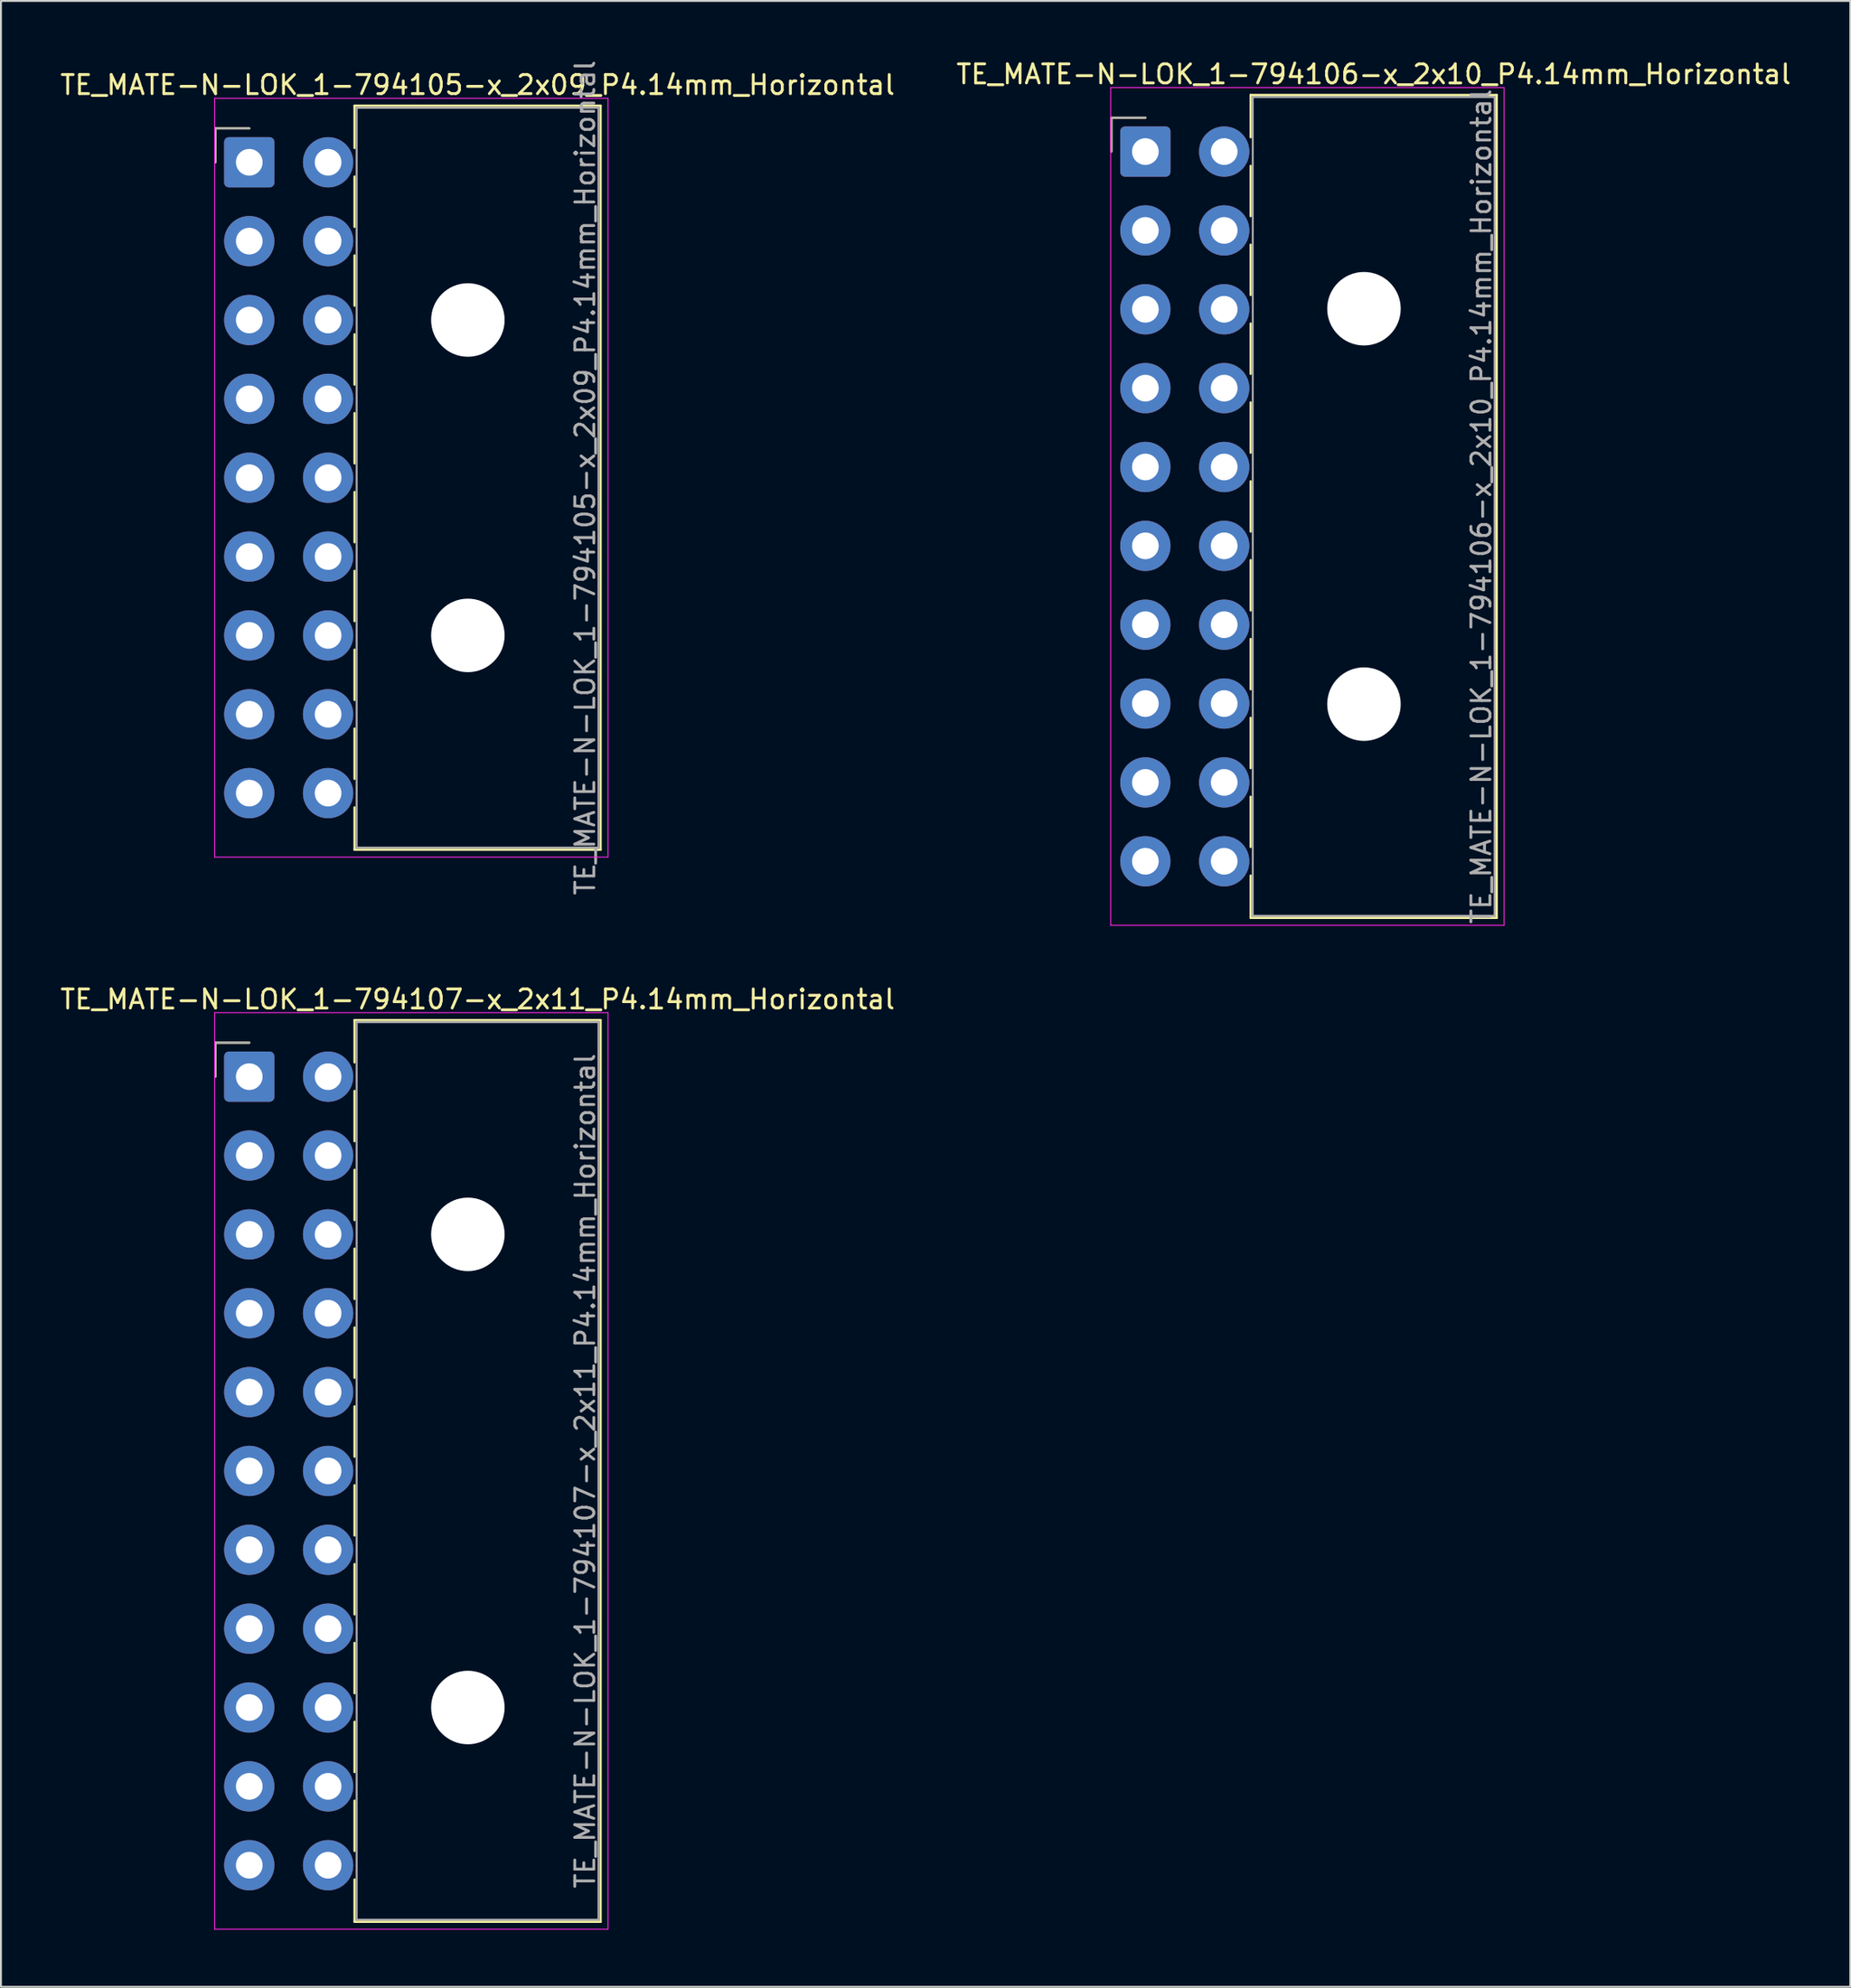
<source format=kicad_pcb>
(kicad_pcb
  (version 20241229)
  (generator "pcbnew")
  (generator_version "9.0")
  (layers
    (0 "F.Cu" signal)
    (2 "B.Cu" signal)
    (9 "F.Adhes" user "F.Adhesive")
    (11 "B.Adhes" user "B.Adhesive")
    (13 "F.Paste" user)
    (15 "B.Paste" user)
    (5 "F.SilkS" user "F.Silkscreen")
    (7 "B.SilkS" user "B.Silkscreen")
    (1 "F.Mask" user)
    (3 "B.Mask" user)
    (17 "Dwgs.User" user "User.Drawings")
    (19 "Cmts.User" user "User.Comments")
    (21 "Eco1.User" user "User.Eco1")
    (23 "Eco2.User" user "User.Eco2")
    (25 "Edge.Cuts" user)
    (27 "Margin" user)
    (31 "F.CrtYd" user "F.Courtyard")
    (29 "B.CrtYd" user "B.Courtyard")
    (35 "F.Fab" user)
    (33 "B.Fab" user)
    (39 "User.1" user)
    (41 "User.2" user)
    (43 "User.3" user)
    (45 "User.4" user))
  (footprint "TE_MATE-N-LOK_1-794107-x_2x11_P4.14mm_Horizontal"
    (layer "F.Cu")
    (at 10.04 53.476)
    (property "Reference" "TE_MATE-N-LOK_1-794107-x_2x11_P4.14mm_Horizontal" (at 11.99 -4.06 0) (layer "F.SilkS") (effects (font (size 1 1) (thickness 0.15))))
    (attr through_hole)
    (fp_line (start -1.78 -1.78) (end -1.78 0) (stroke (width 0.12) (type solid)) (layer "F.SilkS"))
    (fp_line (start 0 -1.78) (end -1.78 -1.78) (stroke (width 0.12) (type solid)) (layer "F.SilkS"))
    (fp_line (start 5.53 -2.97) (end 18.45 -2.97) (stroke (width 0.12) (type solid)) (layer "F.SilkS"))
    (fp_line (start 5.53 -0.751) (end 5.53 -2.97) (stroke (width 0.12) (type solid)) (layer "F.SilkS"))
    (fp_line (start 5.53 0.751) (end 5.53 3.389) (stroke (width 0.12) (type solid)) (layer "F.SilkS"))
    (fp_line (start 5.53 4.891) (end 5.53 7.529) (stroke (width 0.12) (type solid)) (layer "F.SilkS"))
    (fp_line (start 5.53 9.031) (end 5.53 11.669) (stroke (width 0.12) (type solid)) (layer "F.SilkS"))
    (fp_line (start 5.53 13.171) (end 5.53 15.809) (stroke (width 0.12) (type solid)) (layer "F.SilkS"))
    (fp_line (start 5.53 17.311) (end 5.53 19.949) (stroke (width 0.12) (type solid)) (layer "F.SilkS"))
    (fp_line (start 5.53 21.451) (end 5.53 24.089) (stroke (width 0.12) (type solid)) (layer "F.SilkS"))
    (fp_line (start 5.53 25.591) (end 5.53 28.229) (stroke (width 0.12) (type solid)) (layer "F.SilkS"))
    (fp_line (start 5.53 29.731) (end 5.53 32.369) (stroke (width 0.12) (type solid)) (layer "F.SilkS"))
    (fp_line (start 5.53 33.871) (end 5.53 36.509) (stroke (width 0.12) (type solid)) (layer "F.SilkS"))
    (fp_line (start 5.53 38.011) (end 5.53 40.649) (stroke (width 0.12) (type solid)) (layer "F.SilkS"))
    (fp_line (start 5.53 44.37) (end 5.53 42.151) (stroke (width 0.12) (type solid)) (layer "F.SilkS"))
    (fp_line (start 18.45 -2.97) (end 18.45 44.37) (stroke (width 0.12) (type solid)) (layer "F.SilkS"))
    (fp_line (start 18.45 44.37) (end 5.53 44.37) (stroke (width 0.12) (type solid)) (layer "F.SilkS"))
    (fp_line (start -1.82 -3.36) (end -1.82 44.76) (stroke (width 0.05) (type solid)) (layer "F.CrtYd"))
    (fp_line (start -1.82 44.76) (end 18.84 44.76) (stroke (width 0.05) (type solid)) (layer "F.CrtYd"))
    (fp_line (start 18.84 -3.36) (end -1.82 -3.36) (stroke (width 0.05) (type solid)) (layer "F.CrtYd"))
    (fp_line (start 18.84 44.76) (end 18.84 -3.36) (stroke (width 0.05) (type solid)) (layer "F.CrtYd"))
    (fp_line (start -1.78 -1.78) (end -1.78 0) (stroke (width 0.1) (type solid)) (layer "F.Fab"))
    (fp_line (start 0 -1.78) (end -1.78 -1.78) (stroke (width 0.1) (type solid)) (layer "F.Fab"))
    (fp_line (start 5.64 -2.86) (end 5.64 44.26) (stroke (width 0.1) (type solid)) (layer "F.Fab"))
    (fp_line (start 5.64 44.26) (end 18.34 44.26) (stroke (width 0.1) (type solid)) (layer "F.Fab"))
    (fp_line (start 18.34 -2.86) (end 5.64 -2.86) (stroke (width 0.1) (type solid)) (layer "F.Fab"))
    (fp_line (start 18.34 44.26) (end 18.34 -2.86) (stroke (width 0.1) (type solid)) (layer "F.Fab"))
    (fp_text user "${REFERENCE}" (at 17.64 20.7 90) (layer "F.Fab") (effects (font (size 1 1) (thickness 0.15))))
    (pad "" np_thru_hole circle (at 11.48 8.28) (size 3.86 3.86) (drill 3.86) (layers "*.Cu" "*.Mask"))
    (pad "" np_thru_hole circle (at 11.48 33.12) (size 3.86 3.86) (drill 3.86) (layers "*.Cu" "*.Mask"))
    (pad "1" thru_hole roundrect (at 0 0) (size 2.64 2.64) (drill 1.4) (layers "*.Cu" "*.Mask") (roundrect_rratio 0.095))
    (pad "2" thru_hole circle (at 0 4.14) (size 2.64 2.64) (drill 1.4) (layers "*.Cu" "*.Mask"))
    (pad "3" thru_hole circle (at 0 8.28) (size 2.64 2.64) (drill 1.4) (layers "*.Cu" "*.Mask"))
    (pad "4" thru_hole circle (at 0 12.42) (size 2.64 2.64) (drill 1.4) (layers "*.Cu" "*.Mask"))
    (pad "5" thru_hole circle (at 0 16.56) (size 2.64 2.64) (drill 1.4) (layers "*.Cu" "*.Mask"))
    (pad "6" thru_hole circle (at 0 20.7) (size 2.64 2.64) (drill 1.4) (layers "*.Cu" "*.Mask"))
    (pad "7" thru_hole circle (at 0 24.84) (size 2.64 2.64) (drill 1.4) (layers "*.Cu" "*.Mask"))
    (pad "8" thru_hole circle (at 0 28.98) (size 2.64 2.64) (drill 1.4) (layers "*.Cu" "*.Mask"))
    (pad "9" thru_hole circle (at 0 33.12) (size 2.64 2.64) (drill 1.4) (layers "*.Cu" "*.Mask"))
    (pad "10" thru_hole circle (at 0 37.26) (size 2.64 2.64) (drill 1.4) (layers "*.Cu" "*.Mask"))
    (pad "11" thru_hole circle (at 0 41.4) (size 2.64 2.64) (drill 1.4) (layers "*.Cu" "*.Mask"))
    (pad "12" thru_hole circle (at 4.14 0) (size 2.64 2.64) (drill 1.4) (layers "*.Cu" "*.Mask"))
    (pad "13" thru_hole circle (at 4.14 4.14) (size 2.64 2.64) (drill 1.4) (layers "*.Cu" "*.Mask"))
    (pad "14" thru_hole circle (at 4.14 8.28) (size 2.64 2.64) (drill 1.4) (layers "*.Cu" "*.Mask"))
    (pad "15" thru_hole circle (at 4.14 12.42) (size 2.64 2.64) (drill 1.4) (layers "*.Cu" "*.Mask"))
    (pad "16" thru_hole circle (at 4.14 16.56) (size 2.64 2.64) (drill 1.4) (layers "*.Cu" "*.Mask"))
    (pad "17" thru_hole circle (at 4.14 20.7) (size 2.64 2.64) (drill 1.4) (layers "*.Cu" "*.Mask"))
    (pad "18" thru_hole circle (at 4.14 24.84) (size 2.64 2.64) (drill 1.4) (layers "*.Cu" "*.Mask"))
    (pad "19" thru_hole circle (at 4.14 28.98) (size 2.64 2.64) (drill 1.4) (layers "*.Cu" "*.Mask"))
    (pad "20" thru_hole circle (at 4.14 33.12) (size 2.64 2.64) (drill 1.4) (layers "*.Cu" "*.Mask"))
    (pad "21" thru_hole circle (at 4.14 37.26) (size 2.64 2.64) (drill 1.4) (layers "*.Cu" "*.Mask"))
    (pad "22" thru_hole circle (at 4.14 41.4) (size 2.64 2.64) (drill 1.4) (layers "*.Cu" "*.Mask")))
  (footprint "TE_MATE-N-LOK_1-794105-x_2x09_P4.14mm_Horizontal"
    (layer "F.Cu")
    (at 10.04 5.47)
    (property "Reference" "TE_MATE-N-LOK_1-794105-x_2x09_P4.14mm_Horizontal" (at 11.99 -4.06 0) (layer "F.SilkS") (effects (font (size 1 1) (thickness 0.15))))
    (attr through_hole)
    (fp_line (start -1.78 -1.78) (end -1.78 0) (stroke (width 0.12) (type solid)) (layer "F.SilkS"))
    (fp_line (start 0 -1.78) (end -1.78 -1.78) (stroke (width 0.12) (type solid)) (layer "F.SilkS"))
    (fp_line (start 5.53 -2.97) (end 18.45 -2.97) (stroke (width 0.12) (type solid)) (layer "F.SilkS"))
    (fp_line (start 5.53 -0.751) (end 5.53 -2.97) (stroke (width 0.12) (type solid)) (layer "F.SilkS"))
    (fp_line (start 5.53 0.751) (end 5.53 3.389) (stroke (width 0.12) (type solid)) (layer "F.SilkS"))
    (fp_line (start 5.53 4.891) (end 5.53 7.529) (stroke (width 0.12) (type solid)) (layer "F.SilkS"))
    (fp_line (start 5.53 9.031) (end 5.53 11.669) (stroke (width 0.12) (type solid)) (layer "F.SilkS"))
    (fp_line (start 5.53 13.171) (end 5.53 15.809) (stroke (width 0.12) (type solid)) (layer "F.SilkS"))
    (fp_line (start 5.53 17.311) (end 5.53 19.949) (stroke (width 0.12) (type solid)) (layer "F.SilkS"))
    (fp_line (start 5.53 21.451) (end 5.53 24.089) (stroke (width 0.12) (type solid)) (layer "F.SilkS"))
    (fp_line (start 5.53 25.591) (end 5.53 28.229) (stroke (width 0.12) (type solid)) (layer "F.SilkS"))
    (fp_line (start 5.53 29.731) (end 5.53 32.369) (stroke (width 0.12) (type solid)) (layer "F.SilkS"))
    (fp_line (start 5.53 36.09) (end 5.53 33.871) (stroke (width 0.12) (type solid)) (layer "F.SilkS"))
    (fp_line (start 18.45 -2.97) (end 18.45 36.09) (stroke (width 0.12) (type solid)) (layer "F.SilkS"))
    (fp_line (start 18.45 36.09) (end 5.53 36.09) (stroke (width 0.12) (type solid)) (layer "F.SilkS"))
    (fp_line (start -1.82 -3.36) (end -1.82 36.48) (stroke (width 0.05) (type solid)) (layer "F.CrtYd"))
    (fp_line (start -1.82 36.48) (end 18.84 36.48) (stroke (width 0.05) (type solid)) (layer "F.CrtYd"))
    (fp_line (start 18.84 -3.36) (end -1.82 -3.36) (stroke (width 0.05) (type solid)) (layer "F.CrtYd"))
    (fp_line (start 18.84 36.48) (end 18.84 -3.36) (stroke (width 0.05) (type solid)) (layer "F.CrtYd"))
    (fp_line (start -1.78 -1.78) (end -1.78 0) (stroke (width 0.1) (type solid)) (layer "F.Fab"))
    (fp_line (start 0 -1.78) (end -1.78 -1.78) (stroke (width 0.1) (type solid)) (layer "F.Fab"))
    (fp_line (start 5.64 -2.86) (end 5.64 35.98) (stroke (width 0.1) (type solid)) (layer "F.Fab"))
    (fp_line (start 5.64 35.98) (end 18.34 35.98) (stroke (width 0.1) (type solid)) (layer "F.Fab"))
    (fp_line (start 18.34 -2.86) (end 5.64 -2.86) (stroke (width 0.1) (type solid)) (layer "F.Fab"))
    (fp_line (start 18.34 35.98) (end 18.34 -2.86) (stroke (width 0.1) (type solid)) (layer "F.Fab"))
    (fp_text user "${REFERENCE}" (at 17.64 16.56 90) (layer "F.Fab") (effects (font (size 1 1) (thickness 0.15))))
    (pad "" np_thru_hole circle (at 11.48 8.28) (size 3.86 3.86) (drill 3.86) (layers "*.Cu" "*.Mask"))
    (pad "" np_thru_hole circle (at 11.48 24.84) (size 3.86 3.86) (drill 3.86) (layers "*.Cu" "*.Mask"))
    (pad "1" thru_hole roundrect (at 0 0) (size 2.64 2.64) (drill 1.4) (layers "*.Cu" "*.Mask") (roundrect_rratio 0.095))
    (pad "2" thru_hole circle (at 0 4.14) (size 2.64 2.64) (drill 1.4) (layers "*.Cu" "*.Mask"))
    (pad "3" thru_hole circle (at 0 8.28) (size 2.64 2.64) (drill 1.4) (layers "*.Cu" "*.Mask"))
    (pad "4" thru_hole circle (at 0 12.42) (size 2.64 2.64) (drill 1.4) (layers "*.Cu" "*.Mask"))
    (pad "5" thru_hole circle (at 0 16.56) (size 2.64 2.64) (drill 1.4) (layers "*.Cu" "*.Mask"))
    (pad "6" thru_hole circle (at 0 20.7) (size 2.64 2.64) (drill 1.4) (layers "*.Cu" "*.Mask"))
    (pad "7" thru_hole circle (at 0 24.84) (size 2.64 2.64) (drill 1.4) (layers "*.Cu" "*.Mask"))
    (pad "8" thru_hole circle (at 0 28.98) (size 2.64 2.64) (drill 1.4) (layers "*.Cu" "*.Mask"))
    (pad "9" thru_hole circle (at 0 33.12) (size 2.64 2.64) (drill 1.4) (layers "*.Cu" "*.Mask"))
    (pad "10" thru_hole circle (at 4.14 0) (size 2.64 2.64) (drill 1.4) (layers "*.Cu" "*.Mask"))
    (pad "11" thru_hole circle (at 4.14 4.14) (size 2.64 2.64) (drill 1.4) (layers "*.Cu" "*.Mask"))
    (pad "12" thru_hole circle (at 4.14 8.28) (size 2.64 2.64) (drill 1.4) (layers "*.Cu" "*.Mask"))
    (pad "13" thru_hole circle (at 4.14 12.42) (size 2.64 2.64) (drill 1.4) (layers "*.Cu" "*.Mask"))
    (pad "14" thru_hole circle (at 4.14 16.56) (size 2.64 2.64) (drill 1.4) (layers "*.Cu" "*.Mask"))
    (pad "15" thru_hole circle (at 4.14 20.7) (size 2.64 2.64) (drill 1.4) (layers "*.Cu" "*.Mask"))
    (pad "16" thru_hole circle (at 4.14 24.84) (size 2.64 2.64) (drill 1.4) (layers "*.Cu" "*.Mask"))
    (pad "17" thru_hole circle (at 4.14 28.98) (size 2.64 2.64) (drill 1.4) (layers "*.Cu" "*.Mask"))
    (pad "18" thru_hole circle (at 4.14 33.12) (size 2.64 2.64) (drill 1.4) (layers "*.Cu" "*.Mask")))
  (footprint "TE_MATE-N-LOK_1-794106-x_2x10_P4.14mm_Horizontal"
    (layer "F.Cu")
    (at 57.099 4.908)
    (property "Reference" "TE_MATE-N-LOK_1-794106-x_2x10_P4.14mm_Horizontal" (at 11.99 -4.06 0) (layer "F.SilkS") (effects (font (size 1 1) (thickness 0.15))))
    (attr through_hole)
    (fp_line (start -1.78 -1.78) (end -1.78 0) (stroke (width 0.12) (type solid)) (layer "F.SilkS"))
    (fp_line (start 0 -1.78) (end -1.78 -1.78) (stroke (width 0.12) (type solid)) (layer "F.SilkS"))
    (fp_line (start 5.53 -2.97) (end 18.45 -2.97) (stroke (width 0.12) (type solid)) (layer "F.SilkS"))
    (fp_line (start 5.53 -0.751) (end 5.53 -2.97) (stroke (width 0.12) (type solid)) (layer "F.SilkS"))
    (fp_line (start 5.53 0.751) (end 5.53 3.389) (stroke (width 0.12) (type solid)) (layer "F.SilkS"))
    (fp_line (start 5.53 4.891) (end 5.53 7.529) (stroke (width 0.12) (type solid)) (layer "F.SilkS"))
    (fp_line (start 5.53 9.031) (end 5.53 11.669) (stroke (width 0.12) (type solid)) (layer "F.SilkS"))
    (fp_line (start 5.53 13.171) (end 5.53 15.809) (stroke (width 0.12) (type solid)) (layer "F.SilkS"))
    (fp_line (start 5.53 17.311) (end 5.53 19.949) (stroke (width 0.12) (type solid)) (layer "F.SilkS"))
    (fp_line (start 5.53 21.451) (end 5.53 24.089) (stroke (width 0.12) (type solid)) (layer "F.SilkS"))
    (fp_line (start 5.53 25.591) (end 5.53 28.229) (stroke (width 0.12) (type solid)) (layer "F.SilkS"))
    (fp_line (start 5.53 29.731) (end 5.53 32.369) (stroke (width 0.12) (type solid)) (layer "F.SilkS"))
    (fp_line (start 5.53 33.871) (end 5.53 36.509) (stroke (width 0.12) (type solid)) (layer "F.SilkS"))
    (fp_line (start 5.53 40.23) (end 5.53 38.011) (stroke (width 0.12) (type solid)) (layer "F.SilkS"))
    (fp_line (start 18.45 -2.97) (end 18.45 40.23) (stroke (width 0.12) (type solid)) (layer "F.SilkS"))
    (fp_line (start 18.45 40.23) (end 5.53 40.23) (stroke (width 0.12) (type solid)) (layer "F.SilkS"))
    (fp_line (start -1.82 -3.36) (end -1.82 40.62) (stroke (width 0.05) (type solid)) (layer "F.CrtYd"))
    (fp_line (start -1.82 40.62) (end 18.84 40.62) (stroke (width 0.05) (type solid)) (layer "F.CrtYd"))
    (fp_line (start 18.84 -3.36) (end -1.82 -3.36) (stroke (width 0.05) (type solid)) (layer "F.CrtYd"))
    (fp_line (start 18.84 40.62) (end 18.84 -3.36) (stroke (width 0.05) (type solid)) (layer "F.CrtYd"))
    (fp_line (start -1.78 -1.78) (end -1.78 0) (stroke (width 0.1) (type solid)) (layer "F.Fab"))
    (fp_line (start 0 -1.78) (end -1.78 -1.78) (stroke (width 0.1) (type solid)) (layer "F.Fab"))
    (fp_line (start 5.64 -2.86) (end 5.64 40.12) (stroke (width 0.1) (type solid)) (layer "F.Fab"))
    (fp_line (start 5.64 40.12) (end 18.34 40.12) (stroke (width 0.1) (type solid)) (layer "F.Fab"))
    (fp_line (start 18.34 -2.86) (end 5.64 -2.86) (stroke (width 0.1) (type solid)) (layer "F.Fab"))
    (fp_line (start 18.34 40.12) (end 18.34 -2.86) (stroke (width 0.1) (type solid)) (layer "F.Fab"))
    (fp_text user "${REFERENCE}" (at 17.64 18.63 90) (layer "F.Fab") (effects (font (size 1 1) (thickness 0.15))))
    (pad "" np_thru_hole circle (at 11.48 8.25) (size 3.86 3.86) (drill 3.86) (layers "*.Cu" "*.Mask"))
    (pad "" np_thru_hole circle (at 11.48 29.01) (size 3.86 3.86) (drill 3.86) (layers "*.Cu" "*.Mask"))
    (pad "1" thru_hole roundrect (at 0 0) (size 2.64 2.64) (drill 1.4) (layers "*.Cu" "*.Mask") (roundrect_rratio 0.095))
    (pad "2" thru_hole circle (at 0 4.14) (size 2.64 2.64) (drill 1.4) (layers "*.Cu" "*.Mask"))
    (pad "3" thru_hole circle (at 0 8.28) (size 2.64 2.64) (drill 1.4) (layers "*.Cu" "*.Mask"))
    (pad "4" thru_hole circle (at 0 12.42) (size 2.64 2.64) (drill 1.4) (layers "*.Cu" "*.Mask"))
    (pad "5" thru_hole circle (at 0 16.56) (size 2.64 2.64) (drill 1.4) (layers "*.Cu" "*.Mask"))
    (pad "6" thru_hole circle (at 0 20.7) (size 2.64 2.64) (drill 1.4) (layers "*.Cu" "*.Mask"))
    (pad "7" thru_hole circle (at 0 24.84) (size 2.64 2.64) (drill 1.4) (layers "*.Cu" "*.Mask"))
    (pad "8" thru_hole circle (at 0 28.98) (size 2.64 2.64) (drill 1.4) (layers "*.Cu" "*.Mask"))
    (pad "9" thru_hole circle (at 0 33.12) (size 2.64 2.64) (drill 1.4) (layers "*.Cu" "*.Mask"))
    (pad "10" thru_hole circle (at 0 37.26) (size 2.64 2.64) (drill 1.4) (layers "*.Cu" "*.Mask"))
    (pad "11" thru_hole circle (at 4.14 0) (size 2.64 2.64) (drill 1.4) (layers "*.Cu" "*.Mask"))
    (pad "12" thru_hole circle (at 4.14 4.14) (size 2.64 2.64) (drill 1.4) (layers "*.Cu" "*.Mask"))
    (pad "13" thru_hole circle (at 4.14 8.28) (size 2.64 2.64) (drill 1.4) (layers "*.Cu" "*.Mask"))
    (pad "14" thru_hole circle (at 4.14 12.42) (size 2.64 2.64) (drill 1.4) (layers "*.Cu" "*.Mask"))
    (pad "15" thru_hole circle (at 4.14 16.56) (size 2.64 2.64) (drill 1.4) (layers "*.Cu" "*.Mask"))
    (pad "16" thru_hole circle (at 4.14 20.7) (size 2.64 2.64) (drill 1.4) (layers "*.Cu" "*.Mask"))
    (pad "17" thru_hole circle (at 4.14 24.84) (size 2.64 2.64) (drill 1.4) (layers "*.Cu" "*.Mask"))
    (pad "18" thru_hole circle (at 4.14 28.98) (size 2.64 2.64) (drill 1.4) (layers "*.Cu" "*.Mask"))
    (pad "19" thru_hole circle (at 4.14 33.12) (size 2.64 2.64) (drill 1.4) (layers "*.Cu" "*.Mask"))
    (pad "20" thru_hole circle (at 4.14 37.26) (size 2.64 2.64) (drill 1.4) (layers "*.Cu" "*.Mask")))
  (gr_rect
    (start -3 -3)
    (end 94.119 101.261)
    (stroke (width 0.1) (type default))
    (fill no)
    (layer "Edge.Cuts")))
</source>
